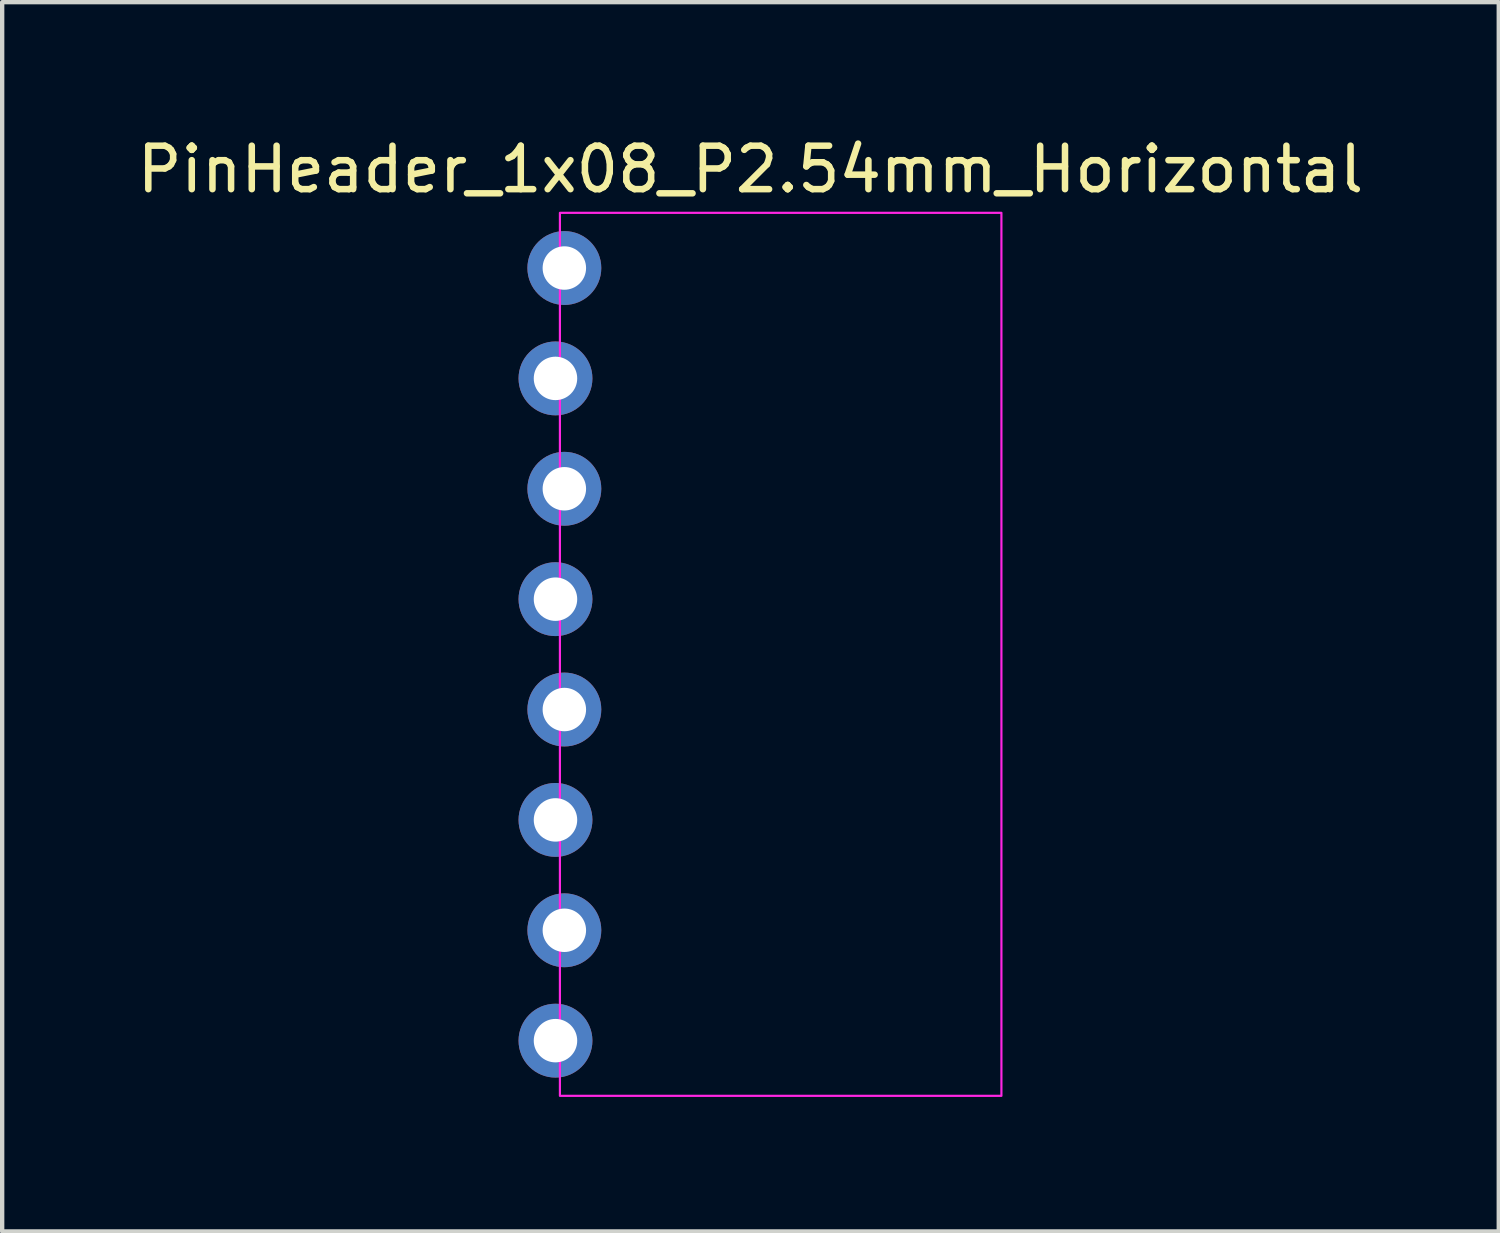
<source format=kicad_pcb>
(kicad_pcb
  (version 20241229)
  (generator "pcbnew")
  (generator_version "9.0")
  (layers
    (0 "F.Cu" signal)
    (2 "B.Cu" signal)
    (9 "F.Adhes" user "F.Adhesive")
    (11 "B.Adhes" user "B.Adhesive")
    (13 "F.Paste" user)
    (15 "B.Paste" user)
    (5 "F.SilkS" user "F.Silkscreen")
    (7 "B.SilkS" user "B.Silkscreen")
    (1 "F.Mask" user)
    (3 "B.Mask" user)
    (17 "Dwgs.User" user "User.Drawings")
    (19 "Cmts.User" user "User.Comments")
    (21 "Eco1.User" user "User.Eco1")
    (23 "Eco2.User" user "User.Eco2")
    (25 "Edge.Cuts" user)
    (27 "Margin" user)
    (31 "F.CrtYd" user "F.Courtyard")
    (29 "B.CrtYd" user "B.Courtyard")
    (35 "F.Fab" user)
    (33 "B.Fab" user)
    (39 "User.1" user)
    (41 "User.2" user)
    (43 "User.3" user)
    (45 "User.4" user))
  (footprint "PinHeader_1x08_P2.54mm_Horizontal"
    (layer "F.Cu")
    (at 9.835 12.008)
    (property "Reference" "PinHeader_1x08_P2.54mm_Horizontal" (at 4.385 -11.16 0) (layer "F.SilkS") (effects (font (size 1 1) (thickness 0.15))))
    (attr through_hole)
    (fp_rect (start 0 -10.16) (end 10.16 10.16) (stroke (width 0.05) (type default)) (fill no) (layer "F.CrtYd"))
    (fp_line (start 1.397 -10.22) (end 1.397 10.22) (stroke (width 0.12) (type solid)) (layer "User.1"))
    (fp_line (start 1.397 -7.62) (end 4.057 -7.62) (stroke (width 0.12) (type solid)) (layer "User.1"))
    (fp_line (start 1.397 -5.08) (end 4.057 -5.08) (stroke (width 0.12) (type solid)) (layer "User.1"))
    (fp_line (start 1.397 -2.54) (end 4.057 -2.54) (stroke (width 0.12) (type solid)) (layer "User.1"))
    (fp_line (start 1.397 0) (end 4.057 0) (stroke (width 0.12) (type solid)) (layer "User.1"))
    (fp_line (start 1.397 2.54) (end 4.057 2.54) (stroke (width 0.12) (type solid)) (layer "User.1"))
    (fp_line (start 1.397 5.08) (end 4.057 5.08) (stroke (width 0.12) (type solid)) (layer "User.1"))
    (fp_line (start 1.397 7.62) (end 4.057 7.62) (stroke (width 0.12) (type solid)) (layer "User.1"))
    (fp_line (start 1.397 10.22) (end 4.057 10.22) (stroke (width 0.12) (type solid)) (layer "User.1"))
    (fp_line (start 3.997 10.16) (end 1.457 10.16) (stroke (width 0.1) (type solid)) (layer "User.1"))
    (fp_line (start 4.04 -9.21) (end 10.04 -9.21) (stroke (width 0.1) (type solid)) (layer "User.1"))
    (fp_line (start 4.04 -8.57) (end 10.04 -8.57) (stroke (width 0.1) (type solid)) (layer "User.1"))
    (fp_line (start 4.04 -6.67) (end 10.04 -6.67) (stroke (width 0.1) (type solid)) (layer "User.1"))
    (fp_line (start 4.04 -6.03) (end 10.04 -6.03) (stroke (width 0.1) (type solid)) (layer "User.1"))
    (fp_line (start 4.04 -4.13) (end 10.04 -4.13) (stroke (width 0.1) (type solid)) (layer "User.1"))
    (fp_line (start 4.04 -3.49) (end 10.04 -3.49) (stroke (width 0.1) (type solid)) (layer "User.1"))
    (fp_line (start 4.04 -1.59) (end 10.04 -1.59) (stroke (width 0.1) (type solid)) (layer "User.1"))
    (fp_line (start 4.04 -0.95) (end 10.04 -0.95) (stroke (width 0.1) (type solid)) (layer "User.1"))
    (fp_line (start 4.04 0.95) (end 10.04 0.95) (stroke (width 0.1) (type solid)) (layer "User.1"))
    (fp_line (start 4.04 1.59) (end 10.04 1.59) (stroke (width 0.1) (type solid)) (layer "User.1"))
    (fp_line (start 4.04 3.49) (end 10.04 3.49) (stroke (width 0.1) (type solid)) (layer "User.1"))
    (fp_line (start 4.04 4.13) (end 10.04 4.13) (stroke (width 0.1) (type solid)) (layer "User.1"))
    (fp_line (start 4.04 6.03) (end 10.04 6.03) (stroke (width 0.1) (type solid)) (layer "User.1"))
    (fp_line (start 4.04 6.67) (end 10.04 6.67) (stroke (width 0.1) (type solid)) (layer "User.1"))
    (fp_line (start 4.04 8.57) (end 10.04 8.57) (stroke (width 0.1) (type solid)) (layer "User.1"))
    (fp_line (start 4.04 9.21) (end 10.04 9.21) (stroke (width 0.1) (type solid)) (layer "User.1"))
    (fp_line (start 4.057 -10.22) (end 1.397 -10.22) (stroke (width 0.12) (type solid)) (layer "User.1"))
    (fp_line (start 4.057 10.22) (end 4.057 -10.22) (stroke (width 0.12) (type solid)) (layer "User.1"))
    (fp_line (start 4.1 -9.27) (end 10.1 -9.27) (stroke (width 0.12) (type solid)) (layer "User.1"))
    (fp_line (start 4.1 -9.21) (end 10.1 -9.21) (stroke (width 0.12) (type solid)) (layer "User.1"))
    (fp_line (start 4.1 -9.09) (end 10.1 -9.09) (stroke (width 0.12) (type solid)) (layer "User.1"))
    (fp_line (start 4.1 -8.97) (end 10.1 -8.97) (stroke (width 0.12) (type solid)) (layer "User.1"))
    (fp_line (start 4.1 -8.85) (end 10.1 -8.85) (stroke (width 0.12) (type solid)) (layer "User.1"))
    (fp_line (start 4.1 -8.73) (end 10.1 -8.73) (stroke (width 0.12) (type solid)) (layer "User.1"))
    (fp_line (start 4.1 -8.61) (end 10.1 -8.61) (stroke (width 0.12) (type solid)) (layer "User.1"))
    (fp_line (start 4.1 -6.73) (end 10.1 -6.73) (stroke (width 0.12) (type solid)) (layer "User.1"))
    (fp_line (start 4.1 -4.19) (end 10.1 -4.19) (stroke (width 0.12) (type solid)) (layer "User.1"))
    (fp_line (start 4.1 -1.65) (end 10.1 -1.65) (stroke (width 0.12) (type solid)) (layer "User.1"))
    (fp_line (start 4.1 0.89) (end 10.1 0.89) (stroke (width 0.12) (type solid)) (layer "User.1"))
    (fp_line (start 4.1 3.43) (end 10.1 3.43) (stroke (width 0.12) (type solid)) (layer "User.1"))
    (fp_line (start 4.1 5.97) (end 10.1 5.97) (stroke (width 0.12) (type solid)) (layer "User.1"))
    (fp_line (start 4.1 8.51) (end 10.1 8.51) (stroke (width 0.12) (type solid)) (layer "User.1"))
    (fp_line (start 10.04 -9.21) (end 10.04 -8.57) (stroke (width 0.1) (type solid)) (layer "User.1"))
    (fp_line (start 10.04 -6.67) (end 10.04 -6.03) (stroke (width 0.1) (type solid)) (layer "User.1"))
    (fp_line (start 10.04 -4.13) (end 10.04 -3.49) (stroke (width 0.1) (type solid)) (layer "User.1"))
    (fp_line (start 10.04 -1.59) (end 10.04 -0.95) (stroke (width 0.1) (type solid)) (layer "User.1"))
    (fp_line (start 10.04 0.95) (end 10.04 1.59) (stroke (width 0.1) (type solid)) (layer "User.1"))
    (fp_line (start 10.04 3.49) (end 10.04 4.13) (stroke (width 0.1) (type solid)) (layer "User.1"))
    (fp_line (start 10.04 6.03) (end 10.04 6.67) (stroke (width 0.1) (type solid)) (layer "User.1"))
    (fp_line (start 10.04 8.57) (end 10.04 9.21) (stroke (width 0.1) (type solid)) (layer "User.1"))
    (fp_line (start 10.1 -9.27) (end 10.1 -8.51) (stroke (width 0.12) (type solid)) (layer "User.1"))
    (fp_line (start 10.1 -8.51) (end 4.1 -8.51) (stroke (width 0.12) (type solid)) (layer "User.1"))
    (fp_line (start 10.1 -6.73) (end 10.1 -5.97) (stroke (width 0.12) (type solid)) (layer "User.1"))
    (fp_line (start 10.1 -5.97) (end 4.1 -5.97) (stroke (width 0.12) (type solid)) (layer "User.1"))
    (fp_line (start 10.1 -4.19) (end 10.1 -3.43) (stroke (width 0.12) (type solid)) (layer "User.1"))
    (fp_line (start 10.1 -3.43) (end 4.1 -3.43) (stroke (width 0.12) (type solid)) (layer "User.1"))
    (fp_line (start 10.1 -1.65) (end 10.1 -0.89) (stroke (width 0.12) (type solid)) (layer "User.1"))
    (fp_line (start 10.1 -0.89) (end 4.1 -0.89) (stroke (width 0.12) (type solid)) (layer "User.1"))
    (fp_line (start 10.1 0.89) (end 10.1 1.65) (stroke (width 0.12) (type solid)) (layer "User.1"))
    (fp_line (start 10.1 1.65) (end 4.1 1.65) (stroke (width 0.12) (type solid)) (layer "User.1"))
    (fp_line (start 10.1 3.43) (end 10.1 4.19) (stroke (width 0.12) (type solid)) (layer "User.1"))
    (fp_line (start 10.1 4.19) (end 4.1 4.19) (stroke (width 0.12) (type solid)) (layer "User.1"))
    (fp_line (start 10.1 5.97) (end 10.1 6.73) (stroke (width 0.12) (type solid)) (layer "User.1"))
    (fp_line (start 10.1 6.73) (end 4.1 6.73) (stroke (width 0.12) (type solid)) (layer "User.1"))
    (fp_line (start 10.1 8.51) (end 10.1 9.27) (stroke (width 0.12) (type solid)) (layer "User.1"))
    (fp_line (start 10.1 9.27) (end 4.1 9.27) (stroke (width 0.12) (type solid)) (layer "User.1"))
    (pad "1" thru_hole oval (at 0.102 -8.89) (size 1.7 1.7) (drill 1) (layers "*.Cu" "*.Mask"))
    (pad "2" thru_hole oval (at -0.102 -6.35) (size 1.7 1.7) (drill 1) (layers "*.Cu" "*.Mask"))
    (pad "3" thru_hole oval (at 0.102 -3.81) (size 1.7 1.7) (drill 1) (layers "*.Cu" "*.Mask"))
    (pad "4" thru_hole oval (at -0.102 -1.27) (size 1.7 1.7) (drill 1) (layers "*.Cu" "*.Mask"))
    (pad "5" thru_hole oval (at 0.102 1.27) (size 1.7 1.7) (drill 1) (layers "*.Cu" "*.Mask"))
    (pad "6" thru_hole oval (at -0.102 3.81) (size 1.7 1.7) (drill 1) (layers "*.Cu" "*.Mask"))
    (pad "7" thru_hole oval (at 0.102 6.35) (size 1.7 1.7) (drill 1) (layers "*.Cu" "*.Mask"))
    (pad "8" thru_hole oval (at -0.102 8.89) (size 1.7 1.7) (drill 1) (layers "*.Cu" "*.Mask")))
  (gr_rect
    (start -3 -3)
    (end 31.44 25.288)
    (stroke (width 0.1) (type default))
    (fill no)
    (layer "Edge.Cuts")))
</source>
